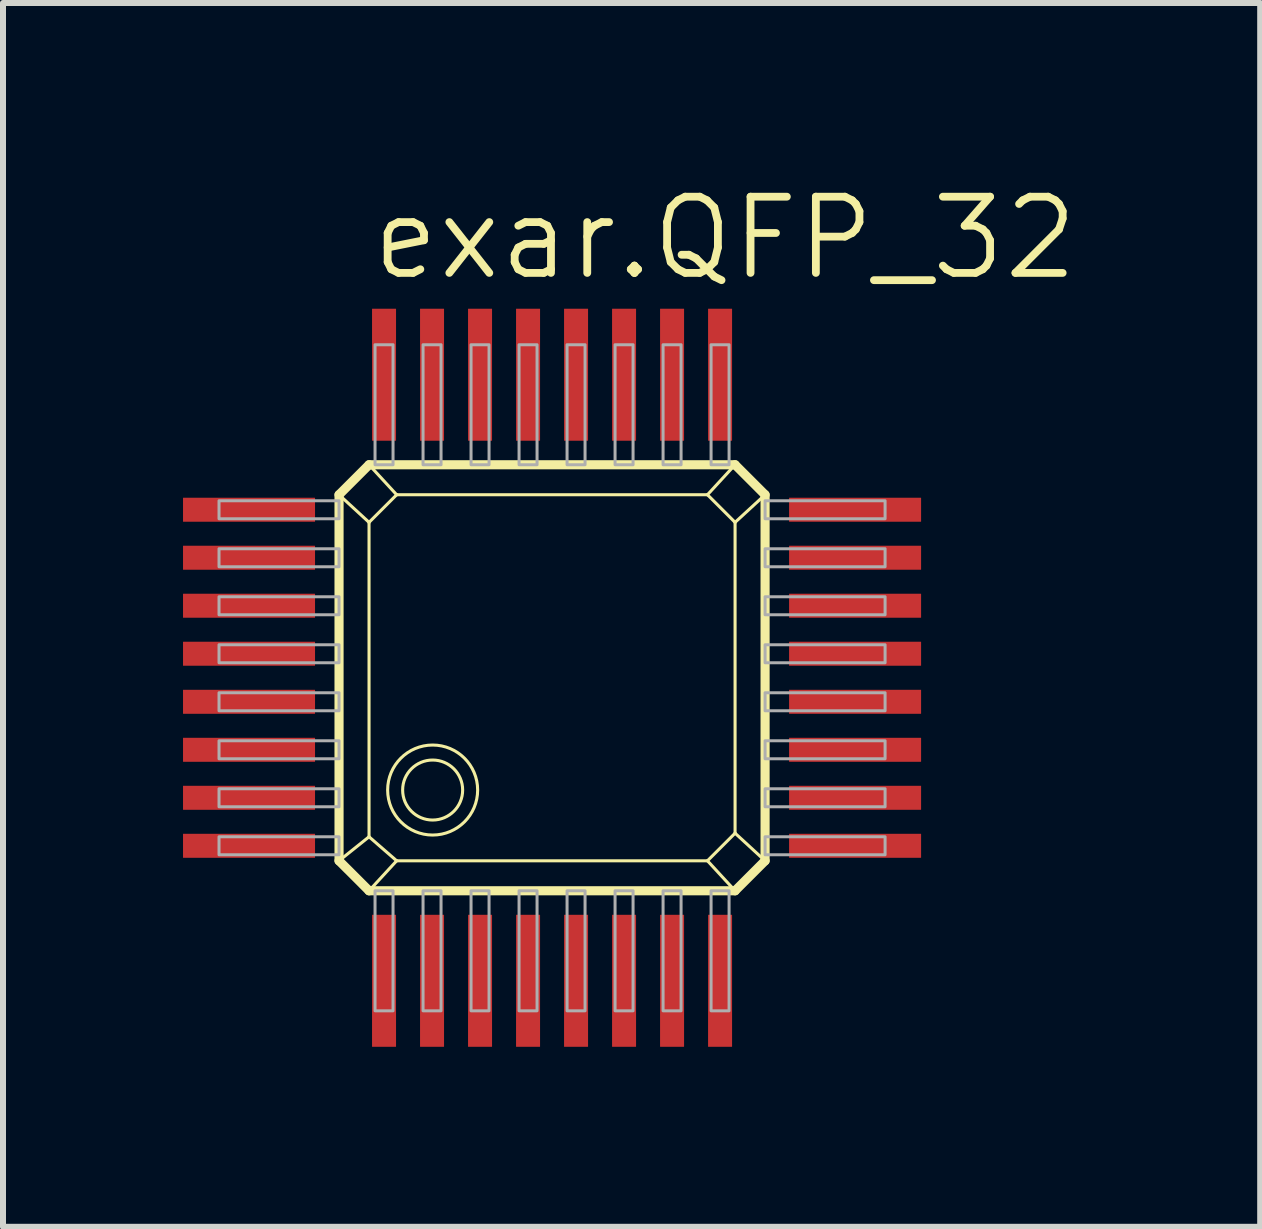
<source format=kicad_pcb>
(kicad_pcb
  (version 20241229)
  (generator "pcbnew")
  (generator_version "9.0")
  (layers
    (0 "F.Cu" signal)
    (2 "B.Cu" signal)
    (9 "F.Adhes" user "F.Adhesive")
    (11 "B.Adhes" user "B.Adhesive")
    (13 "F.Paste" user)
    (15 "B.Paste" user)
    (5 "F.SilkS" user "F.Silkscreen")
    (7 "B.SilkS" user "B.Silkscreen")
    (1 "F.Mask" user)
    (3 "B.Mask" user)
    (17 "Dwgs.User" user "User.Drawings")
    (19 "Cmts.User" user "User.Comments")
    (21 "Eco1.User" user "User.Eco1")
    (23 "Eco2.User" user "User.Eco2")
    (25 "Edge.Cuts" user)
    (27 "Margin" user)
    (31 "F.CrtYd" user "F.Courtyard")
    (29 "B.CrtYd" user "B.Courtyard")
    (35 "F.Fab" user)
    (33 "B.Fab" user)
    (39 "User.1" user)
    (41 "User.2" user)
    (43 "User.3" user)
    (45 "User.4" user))
  (footprint "exar.QFP_32"
    (layer "F.Cu")
    (at 6.15 8.245)
    (property "Reference" "exar.QFP_32" (at -3.067 -6.585 0) (layer "F.SilkS") (effects (font (size 1.27 1.27) (thickness 0.13)) (justify left bottom)))
    (attr smd)
    (fp_line (start -3.55 -3.05) (end -3.05 -3.55) (stroke (width 0.152) (type default)) (layer "F.SilkS"))
    (fp_line (start -3.55 -3.05) (end -3.05 -2.59) (stroke (width 0.051) (type default)) (layer "F.SilkS"))
    (fp_line (start -3.55 3.05) (end -3.55 -3.05) (stroke (width 0.152) (type default)) (layer "F.SilkS"))
    (fp_line (start -3.05 -3.55) (end -2.59 -3.05) (stroke (width 0.051) (type default)) (layer "F.SilkS"))
    (fp_line (start -3.05 -3.55) (end 3.05 -3.55) (stroke (width 0.152) (type default)) (layer "F.SilkS"))
    (fp_line (start -3.05 -2.59) (end -2.59 -3.05) (stroke (width 0.051) (type default)) (layer "F.SilkS"))
    (fp_line (start -3.05 2.65) (end -3.55 3.05) (stroke (width 0.051) (type default)) (layer "F.SilkS"))
    (fp_line (start -3.05 2.65) (end -3.05 -2.59) (stroke (width 0.051) (type default)) (layer "F.SilkS"))
    (fp_line (start -3.05 3.55) (end -3.55 3.05) (stroke (width 0.152) (type default)) (layer "F.SilkS"))
    (fp_line (start -3.05 3.55) (end -2.59 3.05) (stroke (width 0.051) (type default)) (layer "F.SilkS"))
    (fp_line (start -2.59 -3.05) (end 2.59 -3.05) (stroke (width 0.051) (type default)) (layer "F.SilkS"))
    (fp_line (start -2.59 3.05) (end -3.05 2.65) (stroke (width 0.051) (type default)) (layer "F.SilkS"))
    (fp_line (start 2.59 -3.05) (end 3.05 -2.59) (stroke (width 0.051) (type default)) (layer "F.SilkS"))
    (fp_line (start 2.59 3.05) (end -2.59 3.05) (stroke (width 0.051) (type default)) (layer "F.SilkS"))
    (fp_line (start 3.05 -3.55) (end 2.59 -3.05) (stroke (width 0.051) (type default)) (layer "F.SilkS"))
    (fp_line (start 3.05 -3.55) (end 3.55 -3.05) (stroke (width 0.152) (type default)) (layer "F.SilkS"))
    (fp_line (start 3.05 -2.59) (end 3.05 2.59) (stroke (width 0.051) (type default)) (layer "F.SilkS"))
    (fp_line (start 3.05 2.59) (end 2.59 3.05) (stroke (width 0.051) (type default)) (layer "F.SilkS"))
    (fp_line (start 3.05 3.55) (end -3.05 3.55) (stroke (width 0.152) (type default)) (layer "F.SilkS"))
    (fp_line (start 3.05 3.55) (end 2.59 3.05) (stroke (width 0.051) (type default)) (layer "F.SilkS"))
    (fp_line (start 3.55 -3.05) (end 3.05 -2.59) (stroke (width 0.051) (type default)) (layer "F.SilkS"))
    (fp_line (start 3.55 -3.05) (end 3.55 3.05) (stroke (width 0.152) (type default)) (layer "F.SilkS"))
    (fp_line (start 3.55 3.05) (end 3.05 2.59) (stroke (width 0.051) (type default)) (layer "F.SilkS"))
    (fp_line (start 3.55 3.05) (end 3.05 3.55) (stroke (width 0.152) (type default)) (layer "F.SilkS"))
    (fp_circle (center -1.99 1.871) (end -1.49 1.871) (stroke (width 0.051) (type default)) (fill no) (layer "F.SilkS"))
    (fp_circle (center -1.99 1.871) (end -1.24 1.871) (stroke (width 0.051) (type default)) (fill no) (layer "F.SilkS"))
    (fp_rect (start -5.55 -2.65) (end -3.55 -2.95) (stroke (width 0.05) (type default)) (fill no) (layer "F.Fab"))
    (fp_rect (start -5.55 -1.85) (end -3.55 -2.15) (stroke (width 0.05) (type default)) (fill no) (layer "F.Fab"))
    (fp_rect (start -5.55 -1.05) (end -3.55 -1.35) (stroke (width 0.05) (type default)) (fill no) (layer "F.Fab"))
    (fp_rect (start -5.55 -0.25) (end -3.55 -0.55) (stroke (width 0.05) (type default)) (fill no) (layer "F.Fab"))
    (fp_rect (start -5.55 0.55) (end -3.55 0.25) (stroke (width 0.05) (type default)) (fill no) (layer "F.Fab"))
    (fp_rect (start -5.55 1.35) (end -3.55 1.05) (stroke (width 0.05) (type default)) (fill no) (layer "F.Fab"))
    (fp_rect (start -5.55 2.15) (end -3.55 1.85) (stroke (width 0.05) (type default)) (fill no) (layer "F.Fab"))
    (fp_rect (start -5.55 2.95) (end -3.55 2.65) (stroke (width 0.05) (type default)) (fill no) (layer "F.Fab"))
    (fp_rect (start -2.95 -3.55) (end -2.65 -5.55) (stroke (width 0.05) (type default)) (fill no) (layer "F.Fab"))
    (fp_rect (start -2.95 5.55) (end -2.65 3.55) (stroke (width 0.05) (type default)) (fill no) (layer "F.Fab"))
    (fp_rect (start -2.15 -3.55) (end -1.85 -5.55) (stroke (width 0.05) (type default)) (fill no) (layer "F.Fab"))
    (fp_rect (start -2.15 5.55) (end -1.85 3.55) (stroke (width 0.05) (type default)) (fill no) (layer "F.Fab"))
    (fp_rect (start -1.35 -3.55) (end -1.05 -5.55) (stroke (width 0.05) (type default)) (fill no) (layer "F.Fab"))
    (fp_rect (start -1.35 5.55) (end -1.05 3.55) (stroke (width 0.05) (type default)) (fill no) (layer "F.Fab"))
    (fp_rect (start -0.55 -3.55) (end -0.25 -5.55) (stroke (width 0.05) (type default)) (fill no) (layer "F.Fab"))
    (fp_rect (start -0.55 5.55) (end -0.25 3.55) (stroke (width 0.05) (type default)) (fill no) (layer "F.Fab"))
    (fp_rect (start 0.25 -3.55) (end 0.55 -5.55) (stroke (width 0.05) (type default)) (fill no) (layer "F.Fab"))
    (fp_rect (start 0.25 5.55) (end 0.55 3.55) (stroke (width 0.05) (type default)) (fill no) (layer "F.Fab"))
    (fp_rect (start 1.05 -3.55) (end 1.35 -5.55) (stroke (width 0.05) (type default)) (fill no) (layer "F.Fab"))
    (fp_rect (start 1.05 5.55) (end 1.35 3.55) (stroke (width 0.05) (type default)) (fill no) (layer "F.Fab"))
    (fp_rect (start 1.85 -3.55) (end 2.15 -5.55) (stroke (width 0.05) (type default)) (fill no) (layer "F.Fab"))
    (fp_rect (start 1.85 5.55) (end 2.15 3.55) (stroke (width 0.05) (type default)) (fill no) (layer "F.Fab"))
    (fp_rect (start 2.65 -3.55) (end 2.95 -5.55) (stroke (width 0.05) (type default)) (fill no) (layer "F.Fab"))
    (fp_rect (start 2.65 5.55) (end 2.95 3.55) (stroke (width 0.05) (type default)) (fill no) (layer "F.Fab"))
    (fp_rect (start 3.55 -2.65) (end 5.55 -2.95) (stroke (width 0.05) (type default)) (fill no) (layer "F.Fab"))
    (fp_rect (start 3.55 -1.85) (end 5.55 -2.15) (stroke (width 0.05) (type default)) (fill no) (layer "F.Fab"))
    (fp_rect (start 3.55 -1.05) (end 5.55 -1.35) (stroke (width 0.05) (type default)) (fill no) (layer "F.Fab"))
    (fp_rect (start 3.55 -0.25) (end 5.55 -0.55) (stroke (width 0.05) (type default)) (fill no) (layer "F.Fab"))
    (fp_rect (start 3.55 0.55) (end 5.55 0.25) (stroke (width 0.05) (type default)) (fill no) (layer "F.Fab"))
    (fp_rect (start 3.55 1.35) (end 5.55 1.05) (stroke (width 0.05) (type default)) (fill no) (layer "F.Fab"))
    (fp_rect (start 3.55 2.15) (end 5.55 1.85) (stroke (width 0.05) (type default)) (fill no) (layer "F.Fab"))
    (fp_rect (start 3.55 2.95) (end 5.55 2.65) (stroke (width 0.05) (type default)) (fill no) (layer "F.Fab"))
    (pad "1" smd roundrect (at -2.8 5.05) (size 0.4 2.2) (layers "F.Cu" "F.Mask" "F.Paste") (roundrect_rratio 0.01))
    (pad "2" smd roundrect (at -2 5.05) (size 0.4 2.2) (layers "F.Cu" "F.Mask" "F.Paste") (roundrect_rratio 0.01))
    (pad "3" smd roundrect (at -1.2 5.05) (size 0.4 2.2) (layers "F.Cu" "F.Mask" "F.Paste") (roundrect_rratio 0.01))
    (pad "4" smd roundrect (at -0.4 5.05) (size 0.4 2.2) (layers "F.Cu" "F.Mask" "F.Paste") (roundrect_rratio 0.01))
    (pad "5" smd roundrect (at 0.4 5.05) (size 0.4 2.2) (layers "F.Cu" "F.Mask" "F.Paste") (roundrect_rratio 0.01))
    (pad "6" smd roundrect (at 1.2 5.05) (size 0.4 2.2) (layers "F.Cu" "F.Mask" "F.Paste") (roundrect_rratio 0.01))
    (pad "7" smd roundrect (at 2 5.05) (size 0.4 2.2) (layers "F.Cu" "F.Mask" "F.Paste") (roundrect_rratio 0.01))
    (pad "8" smd roundrect (at 2.8 5.05) (size 0.4 2.2) (layers "F.Cu" "F.Mask" "F.Paste") (roundrect_rratio 0.01))
    (pad "9" smd roundrect (at 5.05 2.8) (size 2.2 0.4) (layers "F.Cu" "F.Mask" "F.Paste") (roundrect_rratio 0.01))
    (pad "10" smd roundrect (at 5.05 2) (size 2.2 0.4) (layers "F.Cu" "F.Mask" "F.Paste") (roundrect_rratio 0.01))
    (pad "11" smd roundrect (at 5.05 1.2) (size 2.2 0.4) (layers "F.Cu" "F.Mask" "F.Paste") (roundrect_rratio 0.01))
    (pad "12" smd roundrect (at 5.05 0.4) (size 2.2 0.4) (layers "F.Cu" "F.Mask" "F.Paste") (roundrect_rratio 0.01))
    (pad "13" smd roundrect (at 5.05 -0.4) (size 2.2 0.4) (layers "F.Cu" "F.Mask" "F.Paste") (roundrect_rratio 0.01))
    (pad "14" smd roundrect (at 5.05 -1.2) (size 2.2 0.4) (layers "F.Cu" "F.Mask" "F.Paste") (roundrect_rratio 0.01))
    (pad "15" smd roundrect (at 5.05 -2) (size 2.2 0.4) (layers "F.Cu" "F.Mask" "F.Paste") (roundrect_rratio 0.01))
    (pad "16" smd roundrect (at 5.05 -2.8) (size 2.2 0.4) (layers "F.Cu" "F.Mask" "F.Paste") (roundrect_rratio 0.01))
    (pad "17" smd roundrect (at 2.8 -5.05) (size 0.4 2.2) (layers "F.Cu" "F.Mask" "F.Paste") (roundrect_rratio 0.01))
    (pad "18" smd roundrect (at 2 -5.05) (size 0.4 2.2) (layers "F.Cu" "F.Mask" "F.Paste") (roundrect_rratio 0.01))
    (pad "19" smd roundrect (at 1.2 -5.05) (size 0.4 2.2) (layers "F.Cu" "F.Mask" "F.Paste") (roundrect_rratio 0.01))
    (pad "20" smd roundrect (at 0.4 -5.05) (size 0.4 2.2) (layers "F.Cu" "F.Mask" "F.Paste") (roundrect_rratio 0.01))
    (pad "21" smd roundrect (at -0.4 -5.05) (size 0.4 2.2) (layers "F.Cu" "F.Mask" "F.Paste") (roundrect_rratio 0.01))
    (pad "22" smd roundrect (at -1.2 -5.05) (size 0.4 2.2) (layers "F.Cu" "F.Mask" "F.Paste") (roundrect_rratio 0.01))
    (pad "23" smd roundrect (at -2 -5.05) (size 0.4 2.2) (layers "F.Cu" "F.Mask" "F.Paste") (roundrect_rratio 0.01))
    (pad "24" smd roundrect (at -2.8 -5.05) (size 0.4 2.2) (layers "F.Cu" "F.Mask" "F.Paste") (roundrect_rratio 0.01))
    (pad "25" smd roundrect (at -5.05 -2.8) (size 2.2 0.4) (layers "F.Cu" "F.Mask" "F.Paste") (roundrect_rratio 0.01))
    (pad "26" smd roundrect (at -5.05 -2) (size 2.2 0.4) (layers "F.Cu" "F.Mask" "F.Paste") (roundrect_rratio 0.01))
    (pad "27" smd roundrect (at -5.05 -1.2) (size 2.2 0.4) (layers "F.Cu" "F.Mask" "F.Paste") (roundrect_rratio 0.01))
    (pad "28" smd roundrect (at -5.05 -0.4) (size 2.2 0.4) (layers "F.Cu" "F.Mask" "F.Paste") (roundrect_rratio 0.01))
    (pad "29" smd roundrect (at -5.05 0.4) (size 2.2 0.4) (layers "F.Cu" "F.Mask" "F.Paste") (roundrect_rratio 0.01))
    (pad "30" smd roundrect (at -5.05 1.2) (size 2.2 0.4) (layers "F.Cu" "F.Mask" "F.Paste") (roundrect_rratio 0.01))
    (pad "31" smd roundrect (at -5.05 2) (size 2.2 0.4) (layers "F.Cu" "F.Mask" "F.Paste") (roundrect_rratio 0.01))
    (pad "32" smd roundrect (at -5.05 2.8) (size 2.2 0.4) (layers "F.Cu" "F.Mask" "F.Paste") (roundrect_rratio 0.01)))
  (gr_rect
    (start -3 -3)
    (end 17.951 17.395)
    (stroke (width 0.1) (type default))
    (fill no)
    (layer "Edge.Cuts")))
</source>
